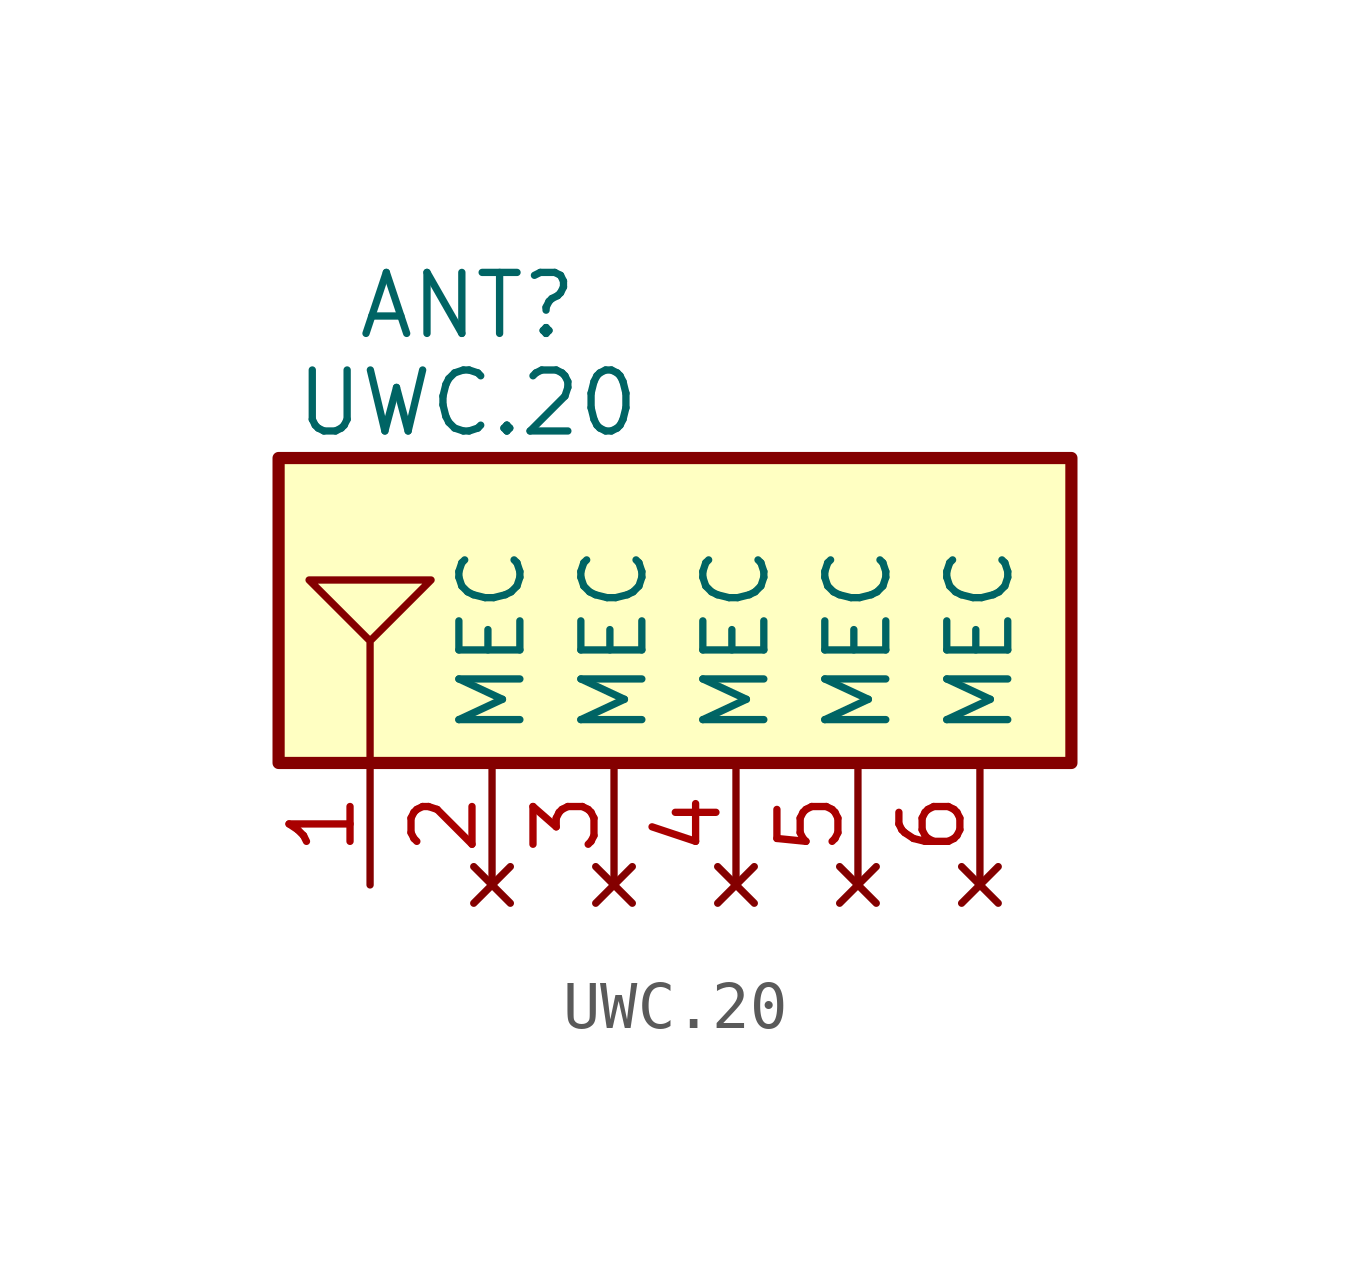
<source format=kicad_sym>
(kicad_symbol_lib
  (version 20241209)
  (generator "kicad_symbol_editor")
  (generator_version "9.0")
  (symbol "UWC.20"
    (pin_names
      (offset 0.5))
    (property "Reference" "ANT"
      (at -5.588 10.16 0)
      (effects (font (size 1.27 1.27))))
    (property "Value" "UWC.20"
      (at -5.588 8.128 0)
      (effects (font (size 1.27 1.27))))
    (symbol "UWC.20_0_1"
      (polyline (pts (xy -7.62 0.635) (xy -7.62 3.175) (xy -6.35 4.445) (xy -8.89 4.445) (xy -7.62 3.175)) (stroke (width 0) (type default)) (fill (type none))))
    (symbol "UWC.20_1_1"
      (rectangle (start -9.525 6.985) (end 6.985 0.635) (stroke (width 0.254) (type solid)) (fill (type background)))
      (pin input line (at -7.62 -1.905 90) (length 2.54) (name "~" (effects (font (size 1.27 1.27)))) (number "1" (effects (font (size 1.27 1.27)))))
      (pin no_connect line (at -5.08 -1.905 90) (length 2.54) (name "MEC" (effects (font (size 1.27 1.27)))) (number "2" (effects (font (size 1.27 1.27)))))
      (pin no_connect line (at -2.54 -1.905 90) (length 2.54) (name "MEC" (effects (font (size 1.27 1.27)))) (number "3" (effects (font (size 1.27 1.27)))))
      (pin no_connect line (at 0 -1.905 90) (length 2.54) (name "MEC" (effects (font (size 1.27 1.27)))) (number "4" (effects (font (size 1.27 1.27)))))
      (pin no_connect line (at 2.54 -1.905 90) (length 2.54) (name "MEC" (effects (font (size 1.27 1.27)))) (number "5" (effects (font (size 1.27 1.27)))))
      (pin no_connect line (at 5.08 -1.905 90) (length 2.54) (name "MEC" (effects (font (size 1.27 1.27)))) (number "6" (effects (font (size 1.27 1.27))))))))
</source>
